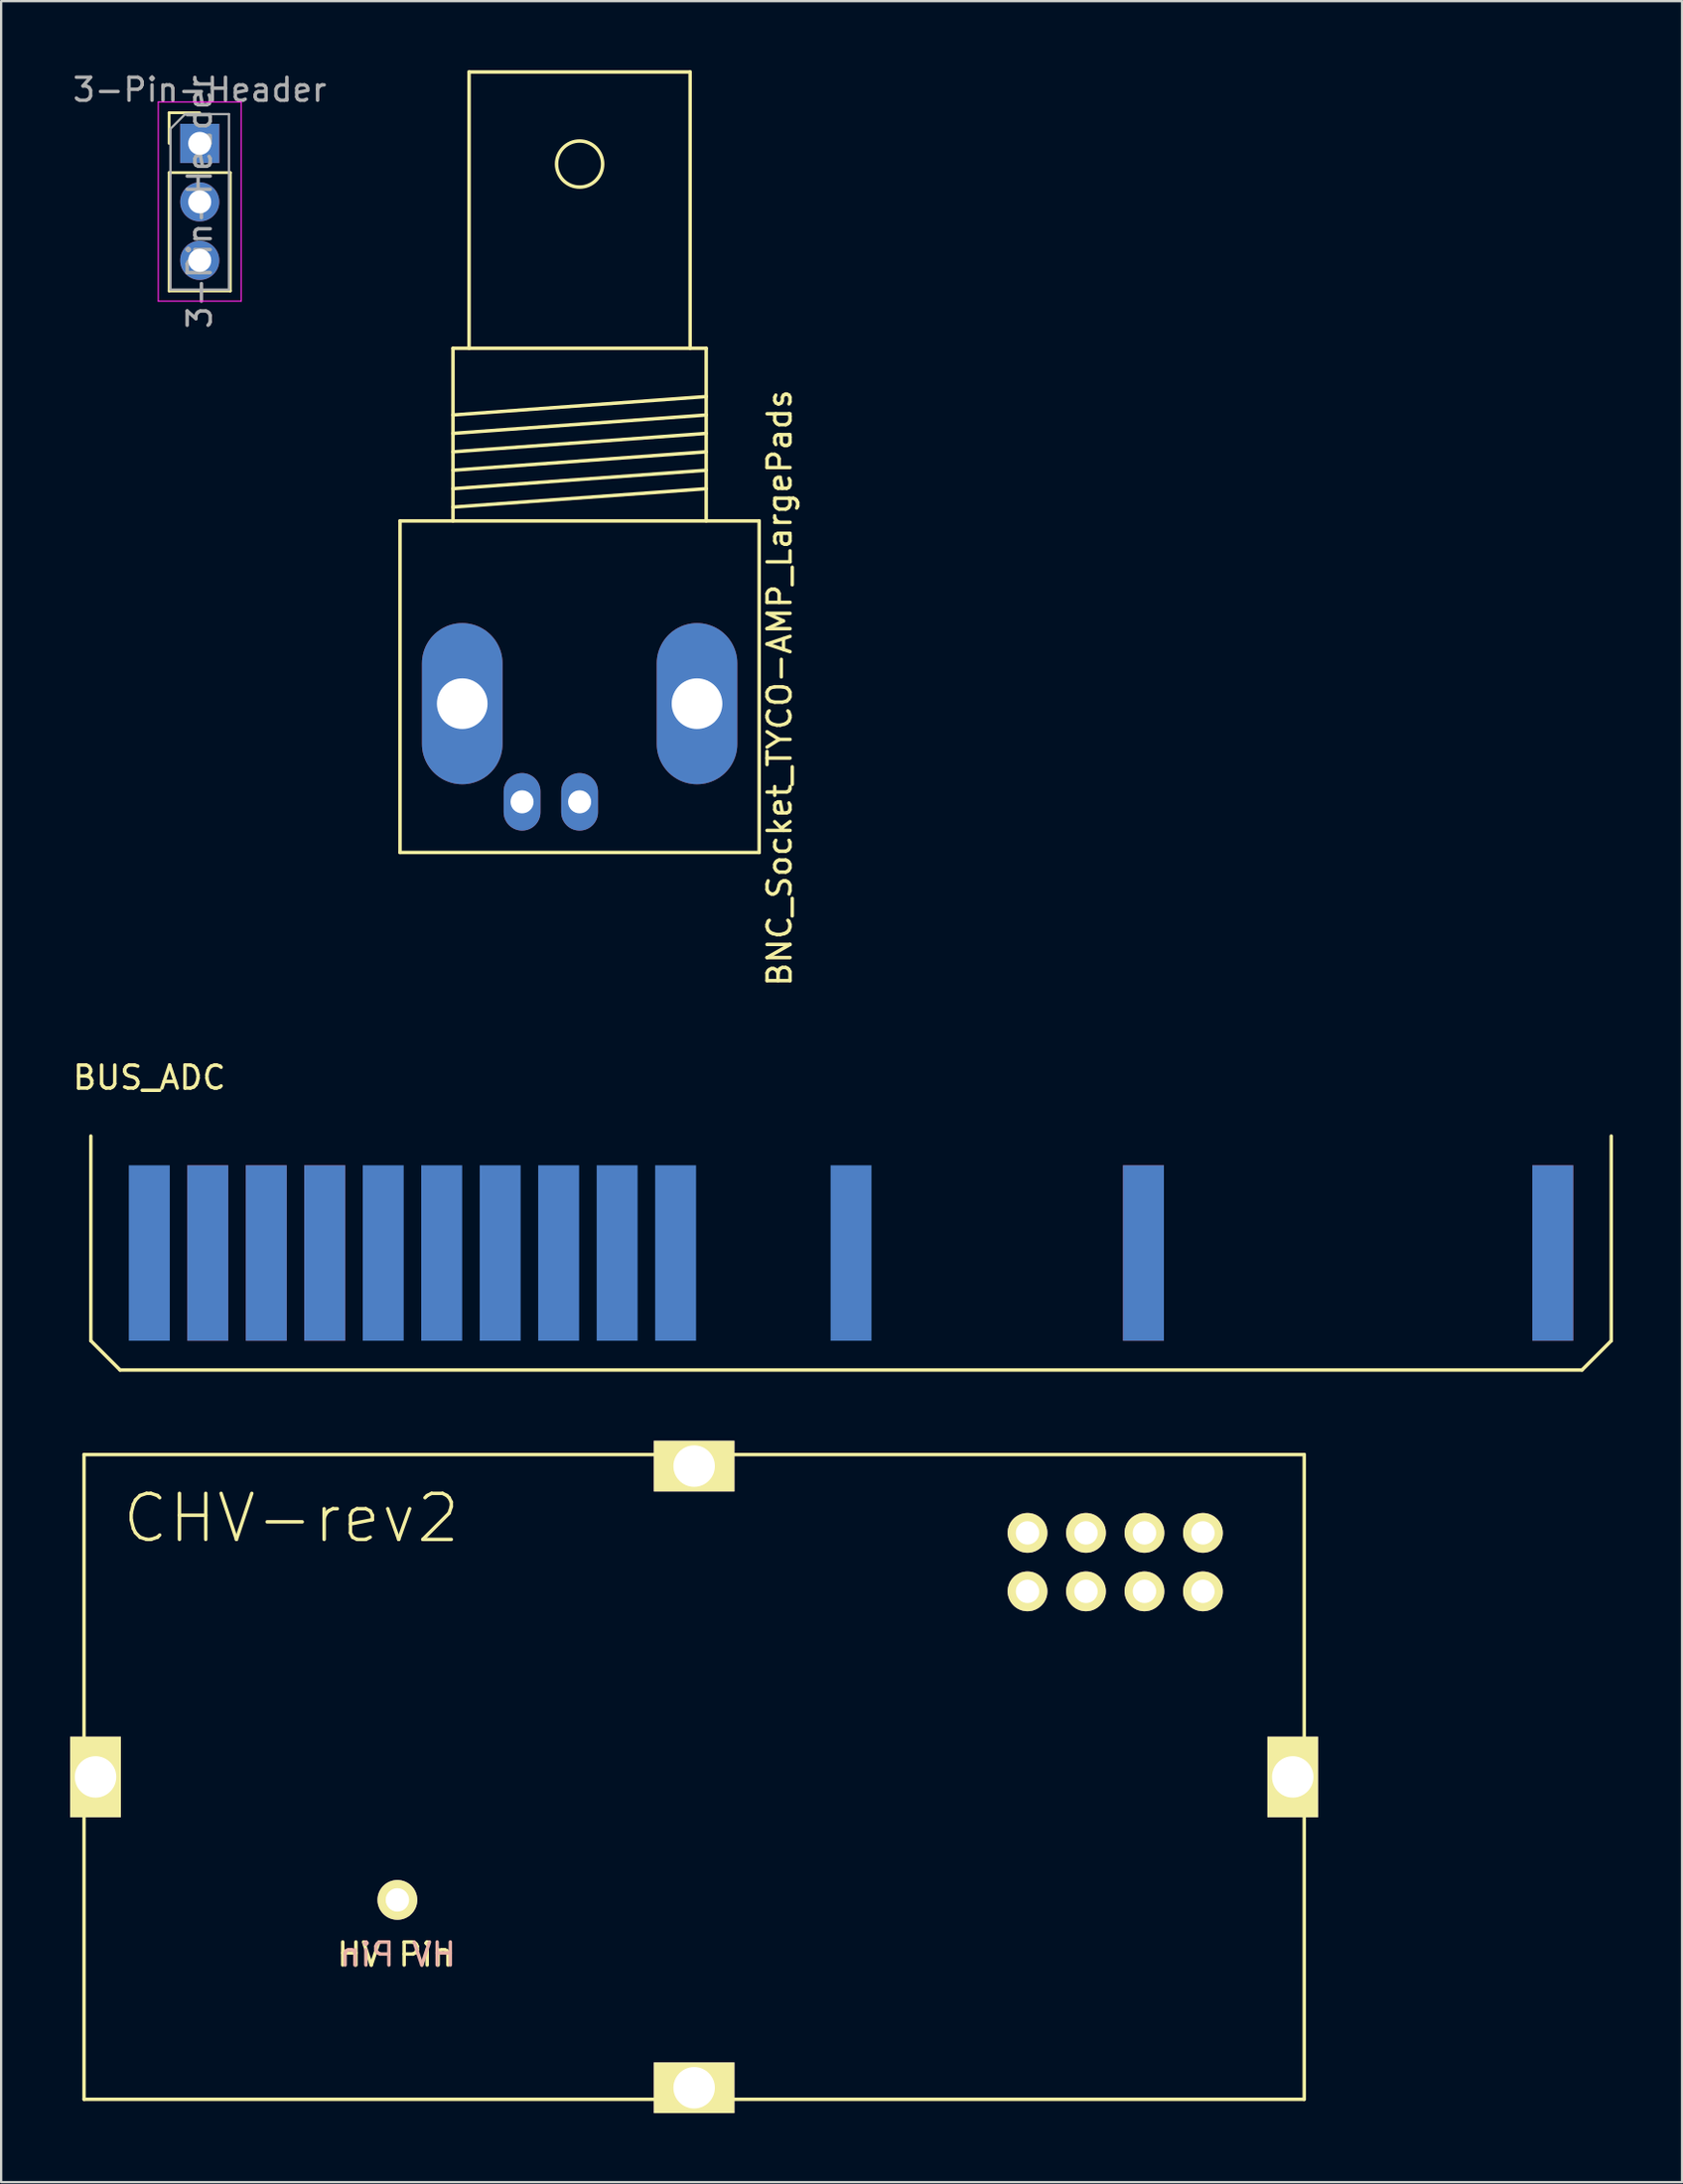
<source format=kicad_pcb>
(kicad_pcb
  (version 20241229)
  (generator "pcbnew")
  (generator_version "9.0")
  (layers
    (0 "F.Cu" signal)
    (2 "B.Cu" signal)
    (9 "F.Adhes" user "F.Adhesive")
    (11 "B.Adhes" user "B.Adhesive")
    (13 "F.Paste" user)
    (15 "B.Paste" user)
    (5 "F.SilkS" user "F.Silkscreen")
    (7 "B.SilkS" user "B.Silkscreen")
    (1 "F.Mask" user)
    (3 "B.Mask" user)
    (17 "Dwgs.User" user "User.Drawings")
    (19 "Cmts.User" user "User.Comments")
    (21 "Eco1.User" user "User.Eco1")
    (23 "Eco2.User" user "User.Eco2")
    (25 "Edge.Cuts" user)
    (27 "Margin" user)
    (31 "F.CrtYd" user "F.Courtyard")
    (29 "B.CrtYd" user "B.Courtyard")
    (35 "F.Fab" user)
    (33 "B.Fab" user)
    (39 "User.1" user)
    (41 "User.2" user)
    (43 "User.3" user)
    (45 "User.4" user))
  (footprint "CHV-rev2"
    (layer "F.Cu")
    (at 49.2 63.527)
    (property "Reference" "CHV-rev2" (at -39.599 -0.635 0) (layer "F.SilkS") (effects (font (size 2 2) (thickness 0.15))))
    (attr through_hole)
    (fp_line (start -48.6 -3.4) (end -48.6 24.6) (stroke (width 0.15) (type solid)) (layer "F.SilkS"))
    (fp_line (start -48.6 24.6) (end 4.4 24.6) (stroke (width 0.15) (type solid)) (layer "F.SilkS"))
    (fp_line (start 4.4 -3.4) (end -48.6 -3.4) (stroke (width 0.15) (type solid)) (layer "F.SilkS"))
    (fp_line (start 4.4 24.6) (end 4.4 -3.4) (stroke (width 0.15) (type solid)) (layer "F.SilkS"))
    (fp_text user "HV Pin" (at -35.077 18.313 0) (layer "F.SilkS") (effects (font (size 1 1) (thickness 0.15))))
    (fp_text user "HV Pin" (at -34.976 18.313 0) (layer "B.SilkS") (effects (font (size 1 1) (thickness 0.15)) (justify mirror)))
    (pad "1" thru_hole circle (at 0 2.54 180) (size 1.727 1.727) (drill 1.016) (layers "*.Cu" "*.Mask" "F.SilkS"))
    (pad "2" thru_hole circle (at 0 0 180) (size 1.727 1.727) (drill 1.016) (layers "*.Cu" "*.Mask" "F.SilkS"))
    (pad "3" thru_hole circle (at -2.54 2.54 180) (size 1.727 1.727) (drill 1.016) (layers "*.Cu" "*.Mask" "F.SilkS"))
    (pad "4" thru_hole circle (at -2.54 0 180) (size 1.727 1.727) (drill 1.016) (layers "*.Cu" "*.Mask" "F.SilkS"))
    (pad "5" thru_hole circle (at -5.08 2.54 180) (size 1.727 1.727) (drill 1.016) (layers "*.Cu" "*.Mask" "F.SilkS"))
    (pad "6" thru_hole circle (at -5.08 0 180) (size 1.727 1.727) (drill 1.016) (layers "*.Cu" "*.Mask" "F.SilkS"))
    (pad "7" thru_hole circle (at -7.62 2.54 180) (size 1.727 1.727) (drill 1.016) (layers "*.Cu" "*.Mask" "F.SilkS"))
    (pad "8" thru_hole circle (at -7.62 0 180) (size 1.727 1.727) (drill 1.016) (layers "*.Cu" "*.Mask" "F.SilkS"))
    (pad "9" thru_hole circle (at -34.99 15.94 180) (size 1.727 1.727) (drill 1.016) (layers "*.Cu" "*.Mask" "F.SilkS"))
    (pad "S1" thru_hole rect (at -48.1 10.6 180) (size 2.2 3.5) (drill 1.8) (layers "*.Cu" "*.Mask" "F.SilkS"))
    (pad "S2" thru_hole rect (at 3.9 10.6 180) (size 2.2 3.5) (drill 1.8) (layers "*.Cu" "*.Mask" "F.SilkS"))
    (pad "S3" thru_hole trapezoid (at -22.1 24.1 180) (size 3.5 2.2) (drill 1.8) (layers "*.Cu" "*.Mask" "F.SilkS"))
    (pad "S4" thru_hole trapezoid (at -22.1 -2.9 180) (size 3.5 2.2) (drill 1.8) (layers "*.Cu" "*.Mask" "F.SilkS")))
  (footprint "BUS_ADC"
    (layer "F.Cu")
    (at 26.295 51.372)
    (property "Reference" "BUS_ADC" (at -22.86 -7.62 0) (layer "F.SilkS") (effects (font (size 1 1) (thickness 0.15))))
    (attr through_hole)
    (fp_line (start -25.4 3.81) (end -25.4 -5.08) (stroke (width 0.15) (type solid)) (layer "F.SilkS"))
    (fp_line (start -24.13 5.08) (end -25.4 3.81) (stroke (width 0.15) (type solid)) (layer "F.SilkS"))
    (fp_line (start 39.37 5.08) (end -24.13 5.08) (stroke (width 0.15) (type solid)) (layer "F.SilkS"))
    (fp_line (start 40.64 -5.08) (end 40.64 3.81) (stroke (width 0.15) (type solid)) (layer "F.SilkS"))
    (fp_line (start 40.64 3.81) (end 39.37 5.08) (stroke (width 0.15) (type solid)) (layer "F.SilkS"))
    (pad "2" connect rect (at -20.32 0 180) (size 1.778 7.62) (layers "F.Cu" "F.Mask"))
    (pad "3" connect rect (at -17.78 0 180) (size 1.778 7.62) (layers "F.Cu" "F.Mask"))
    (pad "4" connect rect (at -15.24 0 180) (size 1.778 7.62) (layers "F.Cu" "F.Mask"))
    (pad "18" connect rect (at 20.32 0 180) (size 1.778 7.62) (layers "F.Cu" "F.Mask"))
    (pad "25" connect rect (at 38.1 0 180) (size 1.778 7.62) (layers "F.Cu" "F.Mask"))
    (pad "26" connect rect (at 38.1 0 180) (size 1.778 7.62) (layers "B.Cu" "B.Mask"))
    (pad "33" connect rect (at 20.32 0 180) (size 1.778 7.62) (layers "B.Cu" "B.Mask"))
    (pad "38" connect rect (at 7.62 0 180) (size 1.778 7.62) (layers "B.Cu" "B.Mask"))
    (pad "41" connect rect (at 0 0 180) (size 1.778 7.62) (layers "B.Cu" "B.Mask"))
    (pad "42" connect rect (at -2.54 0 180) (size 1.778 7.62) (layers "B.Cu" "B.Mask"))
    (pad "43" connect rect (at -5.08 0 180) (size 1.778 7.62) (layers "B.Cu" "B.Mask"))
    (pad "44" connect rect (at -7.62 0 180) (size 1.778 7.62) (layers "B.Cu" "B.Mask"))
    (pad "45" connect rect (at -10.16 0 180) (size 1.778 7.62) (layers "B.Cu" "B.Mask"))
    (pad "46" connect rect (at -12.7 0 180) (size 1.778 7.62) (layers "B.Cu" "B.Mask"))
    (pad "47" connect rect (at -15.24 0 180) (size 1.778 7.62) (layers "B.Cu" "B.Mask"))
    (pad "48" connect rect (at -17.78 0 180) (size 1.778 7.62) (layers "B.Cu" "B.Mask"))
    (pad "49" connect rect (at -20.32 0 180) (size 1.778 7.62) (layers "B.Cu" "B.Mask"))
    (pad "50" connect rect (at -22.86 0 180) (size 1.778 7.62) (layers "B.Cu" "B.Mask")))
  (footprint "3-Pin-Header"
    (layer "F.Cu")
    (at 5.625 3.178)
    (property "Reference" "3-Pin-Header" (at 0 -2.33 0) (layer "F.Fab") (effects (font (size 1 1) (thickness 0.15))))
    (attr through_hole)
    (fp_line (start -1.33 -1.33) (end 0 -1.33) (stroke (width 0.12) (type solid)) (layer "F.SilkS"))
    (fp_line (start -1.33 0) (end -1.33 -1.33) (stroke (width 0.12) (type solid)) (layer "F.SilkS"))
    (fp_line (start -1.33 1.27) (end -1.33 6.41) (stroke (width 0.12) (type solid)) (layer "F.SilkS"))
    (fp_line (start -1.33 1.27) (end 1.33 1.27) (stroke (width 0.12) (type solid)) (layer "F.SilkS"))
    (fp_line (start -1.33 6.41) (end 1.33 6.41) (stroke (width 0.12) (type solid)) (layer "F.SilkS"))
    (fp_line (start 1.33 1.27) (end 1.33 6.41) (stroke (width 0.12) (type solid)) (layer "F.SilkS"))
    (fp_line (start -1.8 -1.8) (end -1.8 6.85) (stroke (width 0.05) (type solid)) (layer "F.CrtYd"))
    (fp_line (start -1.8 6.85) (end 1.8 6.85) (stroke (width 0.05) (type solid)) (layer "F.CrtYd"))
    (fp_line (start 1.8 -1.8) (end -1.8 -1.8) (stroke (width 0.05) (type solid)) (layer "F.CrtYd"))
    (fp_line (start 1.8 6.85) (end 1.8 -1.8) (stroke (width 0.05) (type solid)) (layer "F.CrtYd"))
    (fp_line (start -1.27 -0.635) (end -0.635 -1.27) (stroke (width 0.1) (type solid)) (layer "F.Fab"))
    (fp_line (start -1.27 6.35) (end -1.27 -0.635) (stroke (width 0.1) (type solid)) (layer "F.Fab"))
    (fp_line (start -0.635 -1.27) (end 1.27 -1.27) (stroke (width 0.1) (type solid)) (layer "F.Fab"))
    (fp_line (start 1.27 -1.27) (end 1.27 6.35) (stroke (width 0.1) (type solid)) (layer "F.Fab"))
    (fp_line (start 1.27 6.35) (end -1.27 6.35) (stroke (width 0.1) (type solid)) (layer "F.Fab"))
    (fp_text user "${REFERENCE}" (at 0 2.54 90) (layer "F.Fab") (effects (font (size 1 1) (thickness 0.15))))
    (pad "1" thru_hole rect (at 0 0) (size 1.7 1.7) (drill 1) (layers "*.Cu" "*.Mask"))
    (pad "2" thru_hole oval (at 0 2.54) (size 1.7 1.7) (drill 1) (layers "*.Cu" "*.Mask"))
    (pad "3" thru_hole oval (at 0 5.08) (size 1.7 1.7) (drill 1) (layers "*.Cu" "*.Mask")))
  (footprint "BNC_Socket_TYCO-AMP_LargePads"
    (layer "F.Cu")
    (at 22.125 26.775)
    (property "Reference" "BNC_Socket_TYCO-AMP_LargePads" (at 8.687 0.051 90) (layer "F.SilkS") (effects (font (size 1 1) (thickness 0.15))))
    (attr through_hole)
    (fp_line (start -7.8 -7.201) (end -7.8 7.201) (stroke (width 0.15) (type solid)) (layer "F.SilkS"))
    (fp_line (start -7.8 7.201) (end 7.8 7.201) (stroke (width 0.15) (type solid)) (layer "F.SilkS"))
    (fp_line (start -5.499 -14.699) (end -5.499 -7.201) (stroke (width 0.15) (type solid)) (layer "F.SilkS"))
    (fp_line (start -5.499 -11.801) (end 5.499 -12.601) (stroke (width 0.15) (type solid)) (layer "F.SilkS"))
    (fp_line (start -5.499 -11.001) (end 5.499 -11.801) (stroke (width 0.15) (type solid)) (layer "F.SilkS"))
    (fp_line (start -5.499 -10.201) (end 5.499 -11.001) (stroke (width 0.15) (type solid)) (layer "F.SilkS"))
    (fp_line (start -5.499 -9.401) (end 5.499 -10.201) (stroke (width 0.15) (type solid)) (layer "F.SilkS"))
    (fp_line (start -5.499 -8.6) (end 5.499 -9.401) (stroke (width 0.15) (type solid)) (layer "F.SilkS"))
    (fp_line (start -5.499 -7.8) (end 5.499 -8.6) (stroke (width 0.15) (type solid)) (layer "F.SilkS"))
    (fp_line (start -4.801 -26.7) (end -4.801 -14.699) (stroke (width 0.15) (type solid)) (layer "F.SilkS"))
    (fp_line (start 4.801 -26.7) (end -4.801 -26.7) (stroke (width 0.15) (type solid)) (layer "F.SilkS"))
    (fp_line (start 4.801 -14.699) (end 4.801 -26.7) (stroke (width 0.15) (type solid)) (layer "F.SilkS"))
    (fp_line (start 5.499 -14.699) (end -5.499 -14.699) (stroke (width 0.15) (type solid)) (layer "F.SilkS"))
    (fp_line (start 5.499 -7.201) (end 5.499 -14.699) (stroke (width 0.15) (type solid)) (layer "F.SilkS"))
    (fp_line (start 7.8 -7.201) (end -7.8 -7.201) (stroke (width 0.15) (type solid)) (layer "F.SilkS"))
    (fp_line (start 7.8 7.201) (end 7.8 -7.201) (stroke (width 0.15) (type solid)) (layer "F.SilkS"))
    (fp_circle (center 0 -22.7) (end 1.001 -22.7) (stroke (width 0.15) (type solid)) (fill no) (layer "F.SilkS"))
    (pad "1" thru_hole oval (at 0 5.001) (size 1.6 2.499) (drill 1.001) (layers "*.Cu" "*.Mask"))
    (pad "2" thru_hole oval (at -5.098 0.737) (size 3.5 7) (drill 2.2) (layers "*.Cu" "*.Mask"))
    (pad "2" thru_hole oval (at -2.499 5.001) (size 1.6 2.499) (drill 1.001) (layers "*.Cu" "*.Mask"))
    (pad "2" thru_hole oval (at 5.1 0.737) (size 3.5 7) (drill 2.2) (layers "*.Cu" "*.Mask")))
  (gr_rect
    (start -3 -3)
    (end 70.01 91.727)
    (stroke (width 0.1) (type default))
    (fill no)
    (layer "Edge.Cuts")))
</source>
